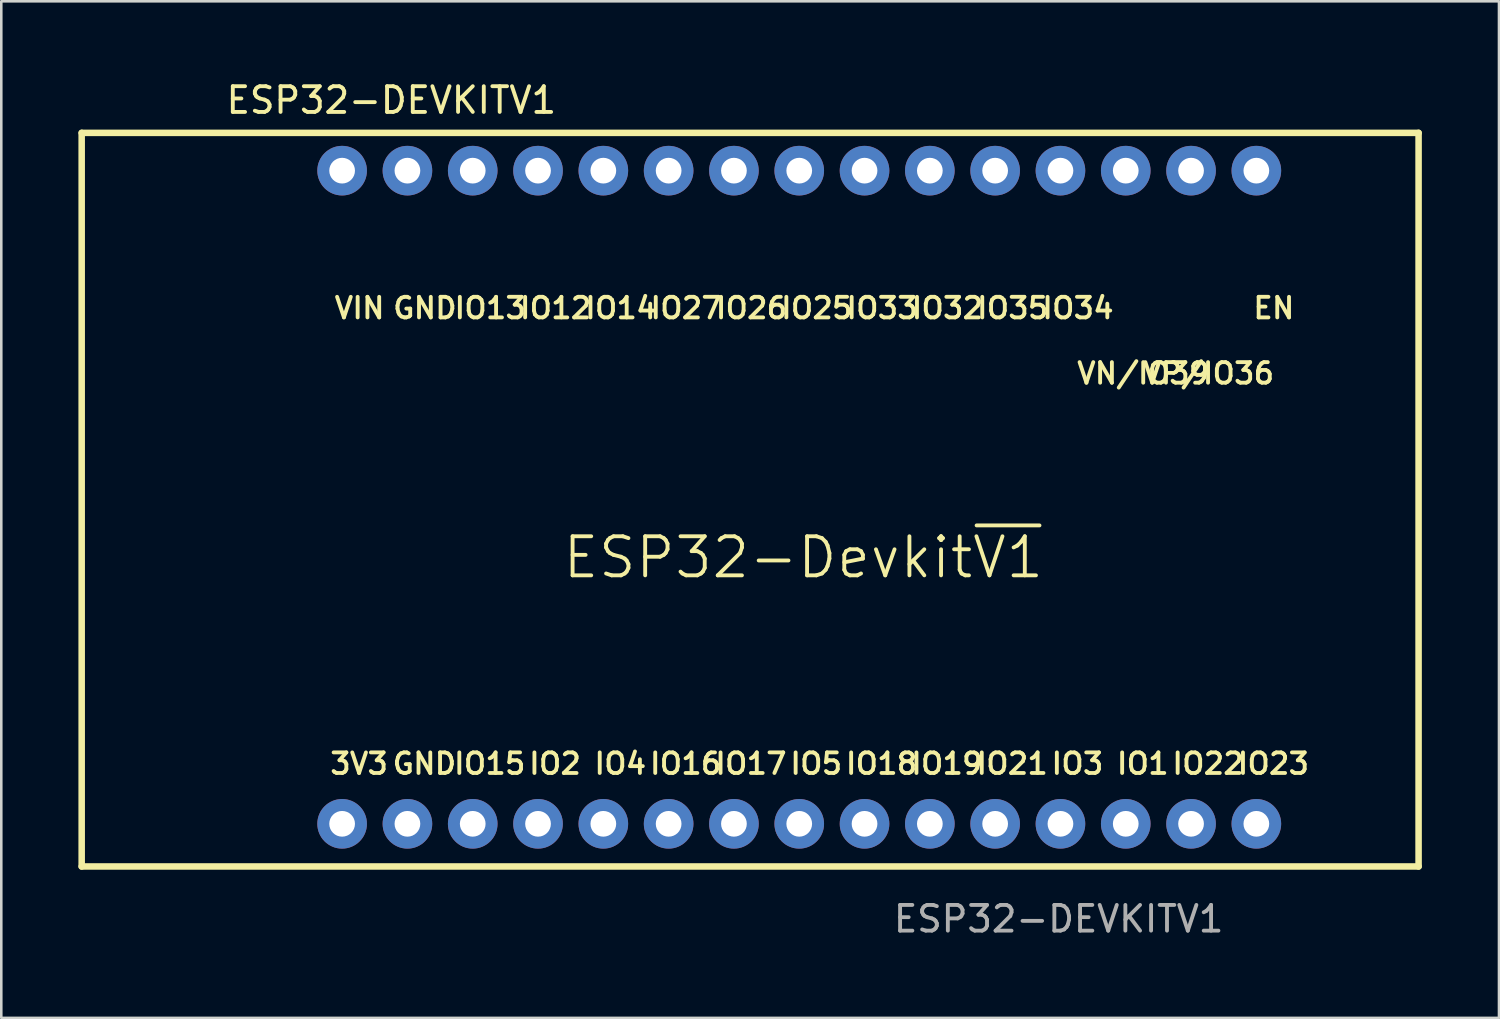
<source format=kicad_pcb>
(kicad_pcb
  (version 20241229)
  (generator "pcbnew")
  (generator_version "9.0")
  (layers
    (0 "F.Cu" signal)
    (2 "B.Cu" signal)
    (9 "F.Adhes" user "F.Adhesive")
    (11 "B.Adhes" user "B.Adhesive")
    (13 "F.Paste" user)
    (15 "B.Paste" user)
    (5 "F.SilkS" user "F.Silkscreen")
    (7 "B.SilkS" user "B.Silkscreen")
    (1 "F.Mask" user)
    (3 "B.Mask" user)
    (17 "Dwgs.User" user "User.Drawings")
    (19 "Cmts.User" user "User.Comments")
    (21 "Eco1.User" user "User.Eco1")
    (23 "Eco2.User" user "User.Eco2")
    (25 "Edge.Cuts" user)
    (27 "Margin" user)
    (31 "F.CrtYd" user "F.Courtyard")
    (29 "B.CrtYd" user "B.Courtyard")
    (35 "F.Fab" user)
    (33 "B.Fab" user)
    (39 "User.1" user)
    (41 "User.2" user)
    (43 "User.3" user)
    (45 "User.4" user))
  (footprint "ESP32-DEVKITV1"
    (layer "F.Cu")
    (at 26.777 16.723)
    (property "Reference" "ESP32-DEVKITV1" (at -14.605 -15.875 0) (layer "F.SilkS") (effects (font (size 1 1) (thickness 0.15))))
    (attr through_hole)
    (fp_line (start -26.65 -14.605) (end 25.35 -14.605) (stroke (width 0.254) (type solid)) (layer "F.SilkS"))
    (fp_line (start -26.65 13.93) (end -26.65 -14.605) (stroke (width 0.254) (type solid)) (layer "F.SilkS"))
    (fp_line (start 25.35 -14.605) (end 25.35 13.93) (stroke (width 0.254) (type solid)) (layer "F.SilkS"))
    (fp_line (start 25.35 13.93) (end -26.65 13.93) (stroke (width 0.254) (type solid)) (layer "F.SilkS"))
    (fp_text user "IO18" (at 4.46 9.93 0) (layer "F.SilkS") (effects (font (size 0.8 0.8) (thickness 0.15))))
    (fp_text user "ESP32-Devkit~{V1}" (at 1.42 1.91 0) (layer "F.SilkS") (effects (font (size 1.52 1.52) (thickness 0.15))))
    (fp_text user "IO15" (at -10.78 9.93 0) (layer "F.SilkS") (effects (font (size 0.8 0.8) (thickness 0.15))))
    (fp_text user "IO19" (at 7 9.93 0) (layer "F.SilkS") (effects (font (size 0.8 0.8) (thickness 0.15))))
    (fp_text user "IO25" (at 1.94 -7.79 0) (layer "F.SilkS") (effects (font (size 0.8 0.8) (thickness 0.15))))
    (fp_text user "IO23" (at 19.7 9.93 0) (layer "F.SilkS") (effects (font (size 0.8 0.8) (thickness 0.15))))
    (fp_text user "IO5" (at 1.92 9.93 0) (layer "F.SilkS") (effects (font (size 0.8 0.8) (thickness 0.15))))
    (fp_text user "IO13" (at -10.76 -7.79 0) (layer "F.SilkS") (effects (font (size 0.8 0.8) (thickness 0.15))))
    (fp_text user "IO16" (at -3.16 9.93 0) (layer "F.SilkS") (effects (font (size 0.8 0.8) (thickness 0.15))))
    (fp_text user "IO35" (at 9.56 -7.79 0) (layer "F.SilkS") (effects (font (size 0.8 0.8) (thickness 0.15))))
    (fp_text user "IO4" (at -5.7 9.93 0) (layer "F.SilkS") (effects (font (size 0.8 0.8) (thickness 0.15))))
    (fp_text user "VP/IO36" (at 17.18 -5.25 0) (layer "F.SilkS") (effects (font (size 0.8 0.8) (thickness 0.15))))
    (fp_text user "3V3" (at -15.86 9.93 0) (layer "F.SilkS") (effects (font (size 0.8 0.8) (thickness 0.15))))
    (fp_text user "IO21" (at 9.54 9.93 0) (layer "F.SilkS") (effects (font (size 0.8 0.8) (thickness 0.15))))
    (fp_text user "IO17" (at -0.62 9.93 0) (layer "F.SilkS") (effects (font (size 0.8 0.8) (thickness 0.15))))
    (fp_text user "IO34" (at 12.1 -7.79 0) (layer "F.SilkS") (effects (font (size 0.8 0.8) (thickness 0.15))))
    (fp_text user "IO3" (at 12.08 9.93 0) (layer "F.SilkS") (effects (font (size 0.8 0.8) (thickness 0.15))))
    (fp_text user "IO1" (at 14.62 9.93 0) (layer "F.SilkS") (effects (font (size 0.8 0.8) (thickness 0.15))))
    (fp_text user "IO26" (at -0.6 -7.79 0) (layer "F.SilkS") (effects (font (size 0.8 0.8) (thickness 0.15))))
    (fp_text user "IO27" (at -3.14 -7.79 0) (layer "F.SilkS") (effects (font (size 0.8 0.8) (thickness 0.15))))
    (fp_text user "GND" (at -13.32 9.93 0) (layer "F.SilkS") (effects (font (size 0.8 0.8) (thickness 0.15))))
    (fp_text user "IO14" (at -5.68 -7.79 0) (layer "F.SilkS") (effects (font (size 0.8 0.8) (thickness 0.15))))
    (fp_text user "IO2" (at -8.24 9.93 0) (layer "F.SilkS") (effects (font (size 0.8 0.8) (thickness 0.15))))
    (fp_text user "EN" (at 19.72 -7.79 0) (layer "F.SilkS") (effects (font (size 0.8 0.8) (thickness 0.15))))
    (fp_text user "VIN" (at -15.84 -7.79 0) (layer "F.SilkS") (effects (font (size 0.8 0.8) (thickness 0.15))))
    (fp_text user "IO22" (at 17.16 9.93 0) (layer "F.SilkS") (effects (font (size 0.8 0.8) (thickness 0.15))))
    (fp_text user "IO12" (at -8.22 -7.79 0) (layer "F.SilkS") (effects (font (size 0.8 0.8) (thickness 0.15))))
    (fp_text user "IO32" (at 7.02 -7.79 0) (layer "F.SilkS") (effects (font (size 0.8 0.8) (thickness 0.15))))
    (fp_text user "IO33" (at 4.48 -7.79 0) (layer "F.SilkS") (effects (font (size 0.8 0.8) (thickness 0.15))))
    (fp_text user "GND" (at -13.3 -7.79 0) (layer "F.SilkS") (effects (font (size 0.8 0.8) (thickness 0.15))))
    (fp_text user "VN/IO39" (at 14.64 -5.25 0) (layer "F.SilkS") (effects (font (size 0.8 0.8) (thickness 0.15))))
    (fp_text user "ESP32-DEVKITV1" (at 11.35 15.97 0) (layer "F.Fab") (effects (font (size 1 1) (thickness 0.15))))
    (pad "3V3" thru_hole circle (at -16.52 12.27) (size 1.93 1.93) (drill 1) (layers "*.Cu" "*.Mask"))
    (pad "D1" thru_hole circle (at 13.96 12.27) (size 1.93 1.93) (drill 1) (layers "*.Cu" "*.Mask"))
    (pad "D2" thru_hole circle (at -8.9 12.27) (size 1.93 1.93) (drill 1) (layers "*.Cu" "*.Mask"))
    (pad "D3" thru_hole circle (at 11.42 12.27) (size 1.93 1.93) (drill 1) (layers "*.Cu" "*.Mask"))
    (pad "D4" thru_hole circle (at -6.36 12.27) (size 1.93 1.93) (drill 1) (layers "*.Cu" "*.Mask"))
    (pad "D5" thru_hole circle (at 1.26 12.27) (size 1.93 1.93) (drill 1) (layers "*.Cu" "*.Mask"))
    (pad "D12" thru_hole circle (at -8.9 -13.135) (size 1.93 1.93) (drill 1) (layers "*.Cu" "*.Mask"))
    (pad "D13" thru_hole circle (at -11.44 -13.135) (size 1.93 1.93) (drill 1) (layers "*.Cu" "*.Mask"))
    (pad "D14" thru_hole circle (at -6.36 -13.135) (size 1.93 1.93) (drill 1) (layers "*.Cu" "*.Mask"))
    (pad "D15" thru_hole circle (at -11.44 12.27) (size 1.93 1.93) (drill 1) (layers "*.Cu" "*.Mask"))
    (pad "D16" thru_hole circle (at -3.82 12.27) (size 1.93 1.93) (drill 1) (layers "*.Cu" "*.Mask"))
    (pad "D17" thru_hole circle (at -1.28 12.27) (size 1.93 1.93) (drill 1) (layers "*.Cu" "*.Mask"))
    (pad "D18" thru_hole circle (at 3.8 12.27) (size 1.93 1.93) (drill 1) (layers "*.Cu" "*.Mask"))
    (pad "D19" thru_hole circle (at 6.34 12.27) (size 1.93 1.93) (drill 1) (layers "*.Cu" "*.Mask"))
    (pad "D21" thru_hole circle (at 8.88 12.27) (size 1.93 1.93) (drill 1) (layers "*.Cu" "*.Mask"))
    (pad "D22" thru_hole circle (at 16.5 12.27) (size 1.93 1.93) (drill 1) (layers "*.Cu" "*.Mask"))
    (pad "D23" thru_hole circle (at 19.04 12.27) (size 1.93 1.93) (drill 1) (layers "*.Cu" "*.Mask"))
    (pad "D25" thru_hole circle (at 1.26 -13.135) (size 1.93 1.93) (drill 1) (layers "*.Cu" "*.Mask"))
    (pad "D26" thru_hole circle (at -1.28 -13.135) (size 1.93 1.93) (drill 1) (layers "*.Cu" "*.Mask"))
    (pad "D27" thru_hole circle (at -3.82 -13.135) (size 1.93 1.93) (drill 1) (layers "*.Cu" "*.Mask"))
    (pad "D32" thru_hole circle (at 6.34 -13.135) (size 1.93 1.93) (drill 1) (layers "*.Cu" "*.Mask"))
    (pad "D33" thru_hole circle (at 3.8 -13.135) (size 1.93 1.93) (drill 1) (layers "*.Cu" "*.Mask"))
    (pad "D34" thru_hole circle (at 11.42 -13.135) (size 1.93 1.93) (drill 1) (layers "*.Cu" "*.Mask"))
    (pad "D35" thru_hole circle (at 8.88 -13.135) (size 1.93 1.93) (drill 1) (layers "*.Cu" "*.Mask"))
    (pad "D36" thru_hole circle (at 16.5 -13.135) (size 1.93 1.93) (drill 1) (layers "*.Cu" "*.Mask"))
    (pad "D39" thru_hole circle (at 13.96 -13.135) (size 1.93 1.93) (drill 1) (layers "*.Cu" "*.Mask"))
    (pad "EN" thru_hole circle (at 19.04 -13.135) (size 1.93 1.93) (drill 1) (layers "*.Cu" "*.Mask"))
    (pad "GND@1" thru_hole circle (at -13.98 -13.135) (size 1.93 1.93) (drill 1) (layers "*.Cu" "*.Mask"))
    (pad "GND@2" thru_hole circle (at -13.98 12.27) (size 1.93 1.93) (drill 1) (layers "*.Cu" "*.Mask"))
    (pad "VIN" thru_hole circle (at -16.52 -13.135) (size 1.93 1.93) (drill 1) (layers "*.Cu" "*.Mask")))
  (gr_rect
    (start -3 -3)
    (end 55.254 36.541)
    (stroke (width 0.1) (type default))
    (fill no)
    (layer "Edge.Cuts")))
</source>
